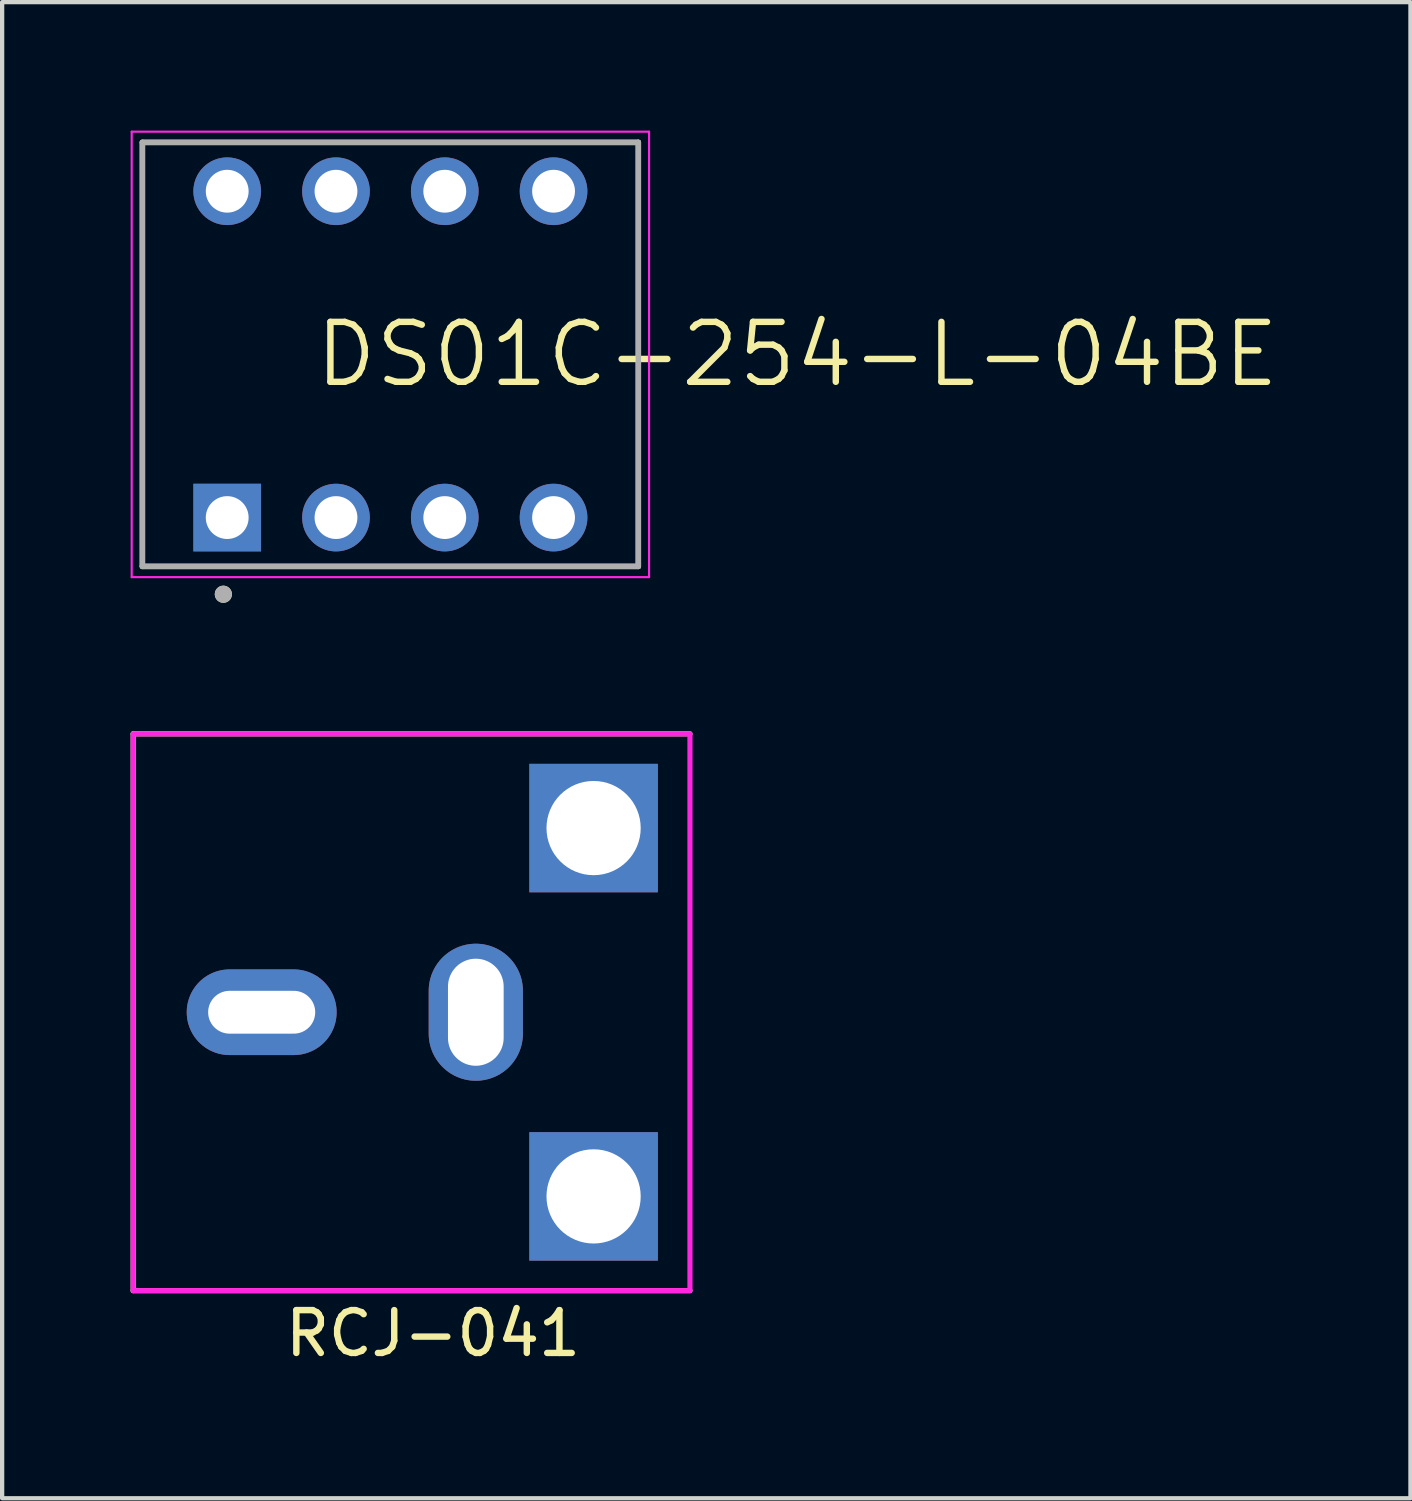
<source format=kicad_pcb>
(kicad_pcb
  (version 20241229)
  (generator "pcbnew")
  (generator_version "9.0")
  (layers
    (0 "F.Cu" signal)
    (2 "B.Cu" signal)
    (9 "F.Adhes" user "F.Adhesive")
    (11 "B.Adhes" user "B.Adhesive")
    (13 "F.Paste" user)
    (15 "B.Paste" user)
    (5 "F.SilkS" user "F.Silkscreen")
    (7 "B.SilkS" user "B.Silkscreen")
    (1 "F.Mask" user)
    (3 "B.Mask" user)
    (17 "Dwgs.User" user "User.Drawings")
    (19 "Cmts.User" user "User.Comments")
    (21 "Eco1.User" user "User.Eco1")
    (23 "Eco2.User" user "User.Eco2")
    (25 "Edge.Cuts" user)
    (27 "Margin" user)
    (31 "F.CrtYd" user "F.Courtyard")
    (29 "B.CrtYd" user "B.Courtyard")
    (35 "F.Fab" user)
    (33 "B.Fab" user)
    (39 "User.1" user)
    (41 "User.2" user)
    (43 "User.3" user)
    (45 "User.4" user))
  (footprint "RCJ-041"
    (layer "F.Cu")
    (at 3.06 20.585)
    (property "Reference" "RCJ-041" (at 4 7.5 0) (unlocked yes) (layer "F.SilkS") (effects (font (size 1 1) (thickness 0.15))))
    (attr smd)
    (fp_line (start -3 -6.5) (end 10 -6.5) (stroke (width 0.12) (type solid)) (layer "F.SilkS"))
    (fp_line (start -3 6.5) (end -3 -6.5) (stroke (width 0.12) (type solid)) (layer "F.SilkS"))
    (fp_line (start 10 6.5) (end -3 6.5) (stroke (width 0.12) (type solid)) (layer "F.SilkS"))
    (fp_rect (start -3 -6.5) (end 10 6.5) (stroke (width 0.12) (type solid)) (fill no) (layer "F.CrtYd"))
    (pad "" np_thru_hole rect (at 7.75 -4.3) (size 3 3) (drill 2.2) (layers "*.Cu" "*.Mask"))
    (pad "" np_thru_hole rect (at 7.75 4.3) (size 3 3) (drill 2.2) (layers "*.Cu" "*.Mask"))
    (pad "S" thru_hole oval (at 5 0) (size 2.2 3.2) (drill oval 1.3 2.5) (layers "*.Cu" "*.Mask"))
    (pad "T" thru_hole oval (at 0 0) (size 3.5 2) (drill oval 2.5 1) (layers "*.Cu" "*.Mask")))
  (footprint "DS01C-254-L-04BE"
    (layer "F.Cu")
    (at 6.065 5.225)
    (property "Reference" "DS01C-254-L-04BE" (at 9.5 0 0) (layer "F.SilkS") (effects (font (size 1.4 1.4) (thickness 0.15))))
    (attr through_hole)
    (fp_line (start -5.79 -4.95) (end 5.79 -4.95) (stroke (width 0.127) (type solid)) (layer "F.SilkS"))
    (fp_line (start -5.79 4.95) (end -5.79 -4.95) (stroke (width 0.127) (type solid)) (layer "F.SilkS"))
    (fp_line (start 5.79 -4.95) (end 5.79 4.95) (stroke (width 0.127) (type solid)) (layer "F.SilkS"))
    (fp_line (start 5.79 4.95) (end -5.79 4.95) (stroke (width 0.127) (type solid)) (layer "F.SilkS"))
    (fp_circle (center -3.9 5.6) (end -3.8 5.6) (stroke (width 0.2) (type solid)) (fill no) (layer "F.SilkS"))
    (fp_line (start -6.04 -5.2) (end -6.04 5.2) (stroke (width 0.05) (type solid)) (layer "F.CrtYd"))
    (fp_line (start -6.04 5.2) (end 6.04 5.2) (stroke (width 0.05) (type solid)) (layer "F.CrtYd"))
    (fp_line (start 6.04 -5.2) (end -6.04 -5.2) (stroke (width 0.05) (type solid)) (layer "F.CrtYd"))
    (fp_line (start 6.04 5.2) (end 6.04 -5.2) (stroke (width 0.05) (type solid)) (layer "F.CrtYd"))
    (fp_line (start -5.79 -4.95) (end 5.79 -4.95) (stroke (width 0.127) (type solid)) (layer "F.Fab"))
    (fp_line (start -5.79 4.95) (end -5.79 -4.95) (stroke (width 0.127) (type solid)) (layer "F.Fab"))
    (fp_line (start 5.79 -4.95) (end 5.79 4.95) (stroke (width 0.127) (type solid)) (layer "F.Fab"))
    (fp_line (start 5.79 4.95) (end -5.79 4.95) (stroke (width 0.127) (type solid)) (layer "F.Fab"))
    (fp_circle (center -3.9 5.6) (end -3.8 5.6) (stroke (width 0.2) (type solid)) (fill no) (layer "F.Fab"))
    (pad "1" thru_hole rect (at -3.81 3.81) (size 1.58 1.58) (drill 1) (layers "*.Cu" "*.Mask"))
    (pad "2" thru_hole circle (at -1.27 3.81) (size 1.58 1.58) (drill 1) (layers "*.Cu" "*.Mask"))
    (pad "3" thru_hole circle (at 1.27 3.81) (size 1.58 1.58) (drill 1) (layers "*.Cu" "*.Mask"))
    (pad "4" thru_hole circle (at 3.81 3.81) (size 1.58 1.58) (drill 1) (layers "*.Cu" "*.Mask"))
    (pad "5" thru_hole circle (at 3.81 -3.81) (size 1.58 1.58) (drill 1) (layers "*.Cu" "*.Mask"))
    (pad "6" thru_hole circle (at 1.27 -3.81) (size 1.58 1.58) (drill 1) (layers "*.Cu" "*.Mask"))
    (pad "7" thru_hole circle (at -1.27 -3.81) (size 1.58 1.58) (drill 1) (layers "*.Cu" "*.Mask"))
    (pad "8" thru_hole circle (at -3.81 -3.81) (size 1.58 1.58) (drill 1) (layers "*.Cu" "*.Mask")))
  (gr_rect
    (start -3 -3)
    (end 29.883 31.933)
    (stroke (width 0.1) (type default))
    (fill no)
    (layer "Edge.Cuts")))
</source>
